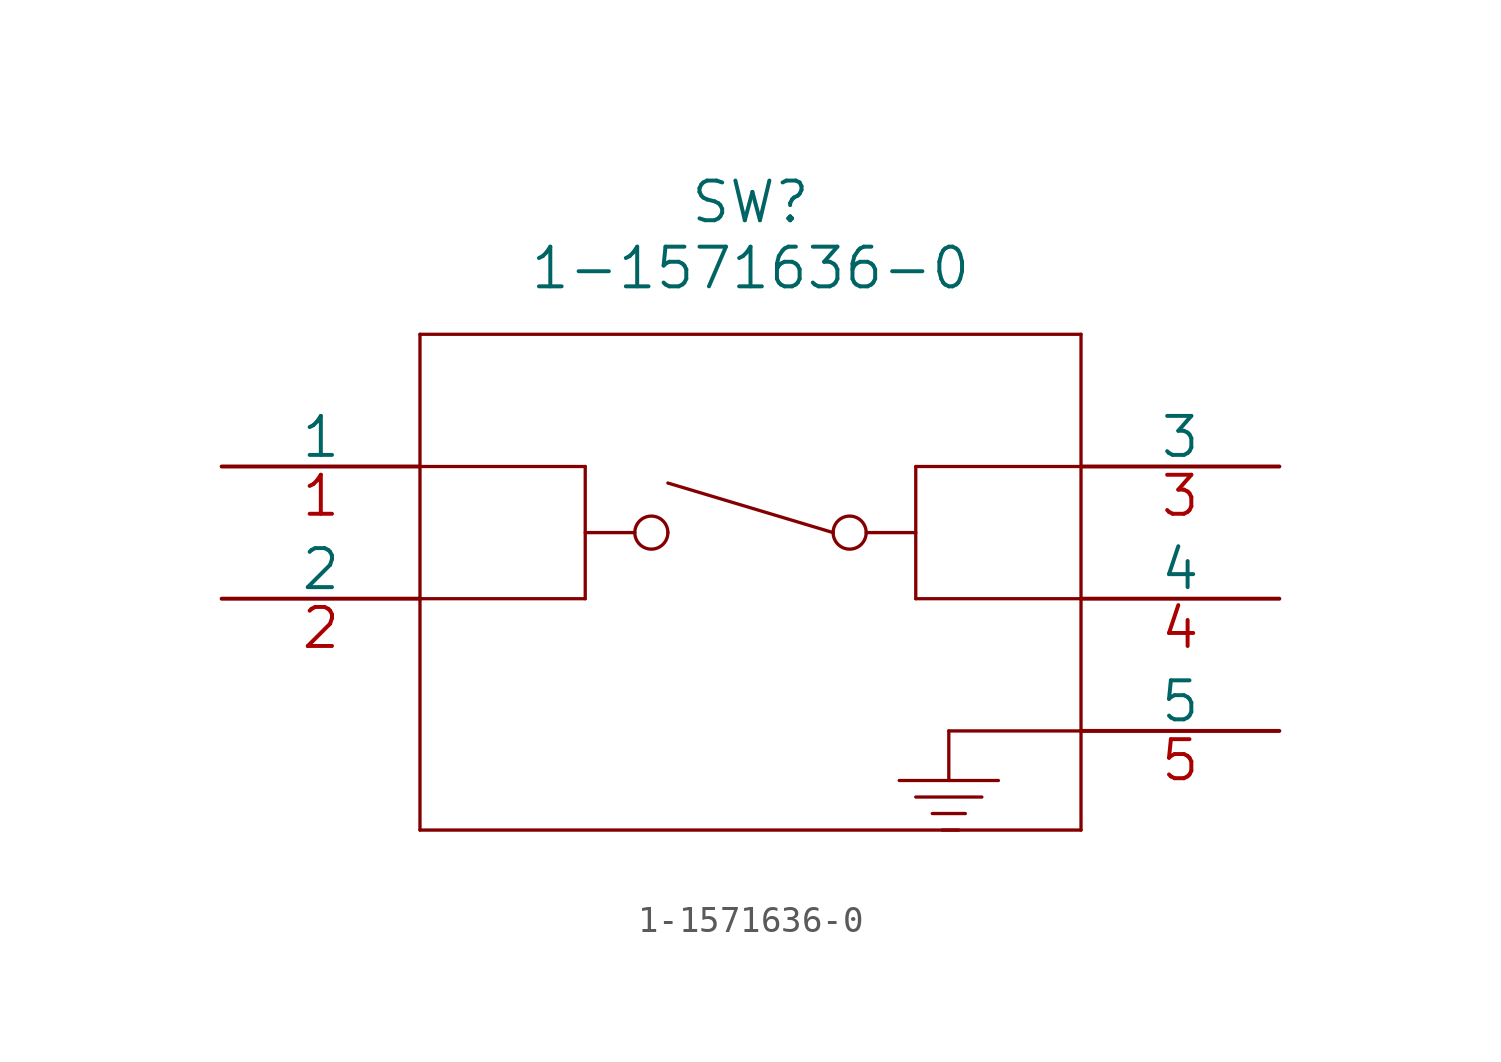
<source format=kicad_sym>
(kicad_symbol_lib
  (version 20211014)
  (generator kicad_symbol_editor)
  (symbol "1-1571636-0"
    (pin_names
      (offset 0))
    (property "Reference" "SW"
      (at 20.32 10.16 0)
      (effects (font (size 1.524 1.524))))
    (property "Value" "1-1571636-0"
      (at 20.32 7.62 0)
      (effects (font (size 1.524 1.524))))
    (property "Datasheet" ""
      (at 0 0 0)
      (effects (font (size 1.524 1.524))))
    (property "ki_locked" ""
      (at 0 0 0)
      (effects (font (size 1.27 1.27))))
    (symbol "1-1571636-0_1_1"
      (polyline (pts (xy 7.62 -13.97) (xy 33.02 -13.97)) (stroke (width 0.127) (type default) (color 0 0 0 0)) (fill (type none)))
      (polyline (pts (xy 7.62 -5.08) (xy 13.97 -5.08)) (stroke (width 0.127) (type default) (color 0 0 0 0)) (fill (type none)))
      (polyline (pts (xy 7.62 0) (xy 13.97 0)) (stroke (width 0.127) (type default) (color 0 0 0 0)) (fill (type none)))
      (polyline (pts (xy 7.62 5.08) (xy 7.62 -13.97)) (stroke (width 0.127) (type default) (color 0 0 0 0)) (fill (type none)))
      (polyline (pts (xy 13.97 -2.54) (xy 15.875 -2.54)) (stroke (width 0.127) (type default) (color 0 0 0 0)) (fill (type none)))
      (polyline (pts (xy 13.97 0) (xy 13.97 -5.08)) (stroke (width 0.127) (type default) (color 0 0 0 0)) (fill (type none)))
      (polyline (pts (xy 17.145 -0.635) (xy 23.495 -2.54)) (stroke (width 0.127) (type default) (color 0 0 0 0)) (fill (type none)))
      (polyline (pts (xy 24.765 -2.54) (xy 26.67 -2.54)) (stroke (width 0.127) (type default) (color 0 0 0 0)) (fill (type none)))
      (polyline (pts (xy 26.035 -12.065) (xy 29.845 -12.065)) (stroke (width 0.127) (type default) (color 0 0 0 0)) (fill (type none)))
      (polyline (pts (xy 26.67 -12.7) (xy 29.21 -12.7)) (stroke (width 0.127) (type default) (color 0 0 0 0)) (fill (type none)))
      (polyline (pts (xy 26.67 -5.08) (xy 33.02 -5.08)) (stroke (width 0.127) (type default) (color 0 0 0 0)) (fill (type none)))
      (polyline (pts (xy 26.67 0) (xy 26.67 -5.08)) (stroke (width 0.127) (type default) (color 0 0 0 0)) (fill (type none)))
      (polyline (pts (xy 27.305 -13.335) (xy 28.575 -13.335)) (stroke (width 0.127) (type default) (color 0 0 0 0)) (fill (type none)))
      (polyline (pts (xy 27.686 -13.97) (xy 28.321 -13.97)) (stroke (width 0.127) (type default) (color 0 0 0 0)) (fill (type none)))
      (polyline (pts (xy 27.94 -10.16) (xy 27.94 -12.065)) (stroke (width 0.127) (type default) (color 0 0 0 0)) (fill (type none)))
      (polyline (pts (xy 27.94 -10.16) (xy 33.02 -10.16)) (stroke (width 0.127) (type default) (color 0 0 0 0)) (fill (type none)))
      (polyline (pts (xy 33.02 -13.97) (xy 33.02 5.08)) (stroke (width 0.127) (type default) (color 0 0 0 0)) (fill (type none)))
      (polyline (pts (xy 33.02 0) (xy 26.67 0)) (stroke (width 0.127) (type default) (color 0 0 0 0)) (fill (type none)))
      (polyline (pts (xy 33.02 5.08) (xy 7.62 5.08)) (stroke (width 0.127) (type default) (color 0 0 0 0)) (fill (type none)))
      (circle (center 16.51 -2.54) (radius 0.635) (stroke (width 0.127) (type default) (color 0 0 0 0)) (fill (type none)))
      (arc (start 17.145 -2.54) (mid 15.875 -2.54) (end 17.145 -2.54) (stroke (width 0.127) (type default) (color 0 0 0 0)) (fill (type none)))
      (arc (start 23.495 -2.54) (mid 24.765 -2.54) (end 23.495 -2.54) (stroke (width 0.127) (type default) (color 0 0 0 0)) (fill (type none)))
      (circle (center 24.13 -2.54) (radius 0.635) (stroke (width 0.127) (type default) (color 0 0 0 0)) (fill (type none)))
      (pin unspecified line (at 0 0 0) (length 7.62) (name "1" (effects (font (size 1.499 1.499)))) (number "1" (effects (font (size 1.499 1.499)))))
      (pin unspecified line (at 0 -5.08 0) (length 7.62) (name "2" (effects (font (size 1.499 1.499)))) (number "2" (effects (font (size 1.499 1.499)))))
      (pin unspecified line (at 40.64 0 180) (length 7.62) (name "3" (effects (font (size 1.499 1.499)))) (number "3" (effects (font (size 1.499 1.499)))))
      (pin unspecified line (at 40.64 -5.08 180) (length 7.62) (name "4" (effects (font (size 1.499 1.499)))) (number "4" (effects (font (size 1.499 1.499)))))
      (pin unspecified line (at 40.64 -10.16 180) (length 7.62) (name "5" (effects (font (size 1.499 1.499)))) (number "5" (effects (font (size 1.499 1.499))))))))
</source>
